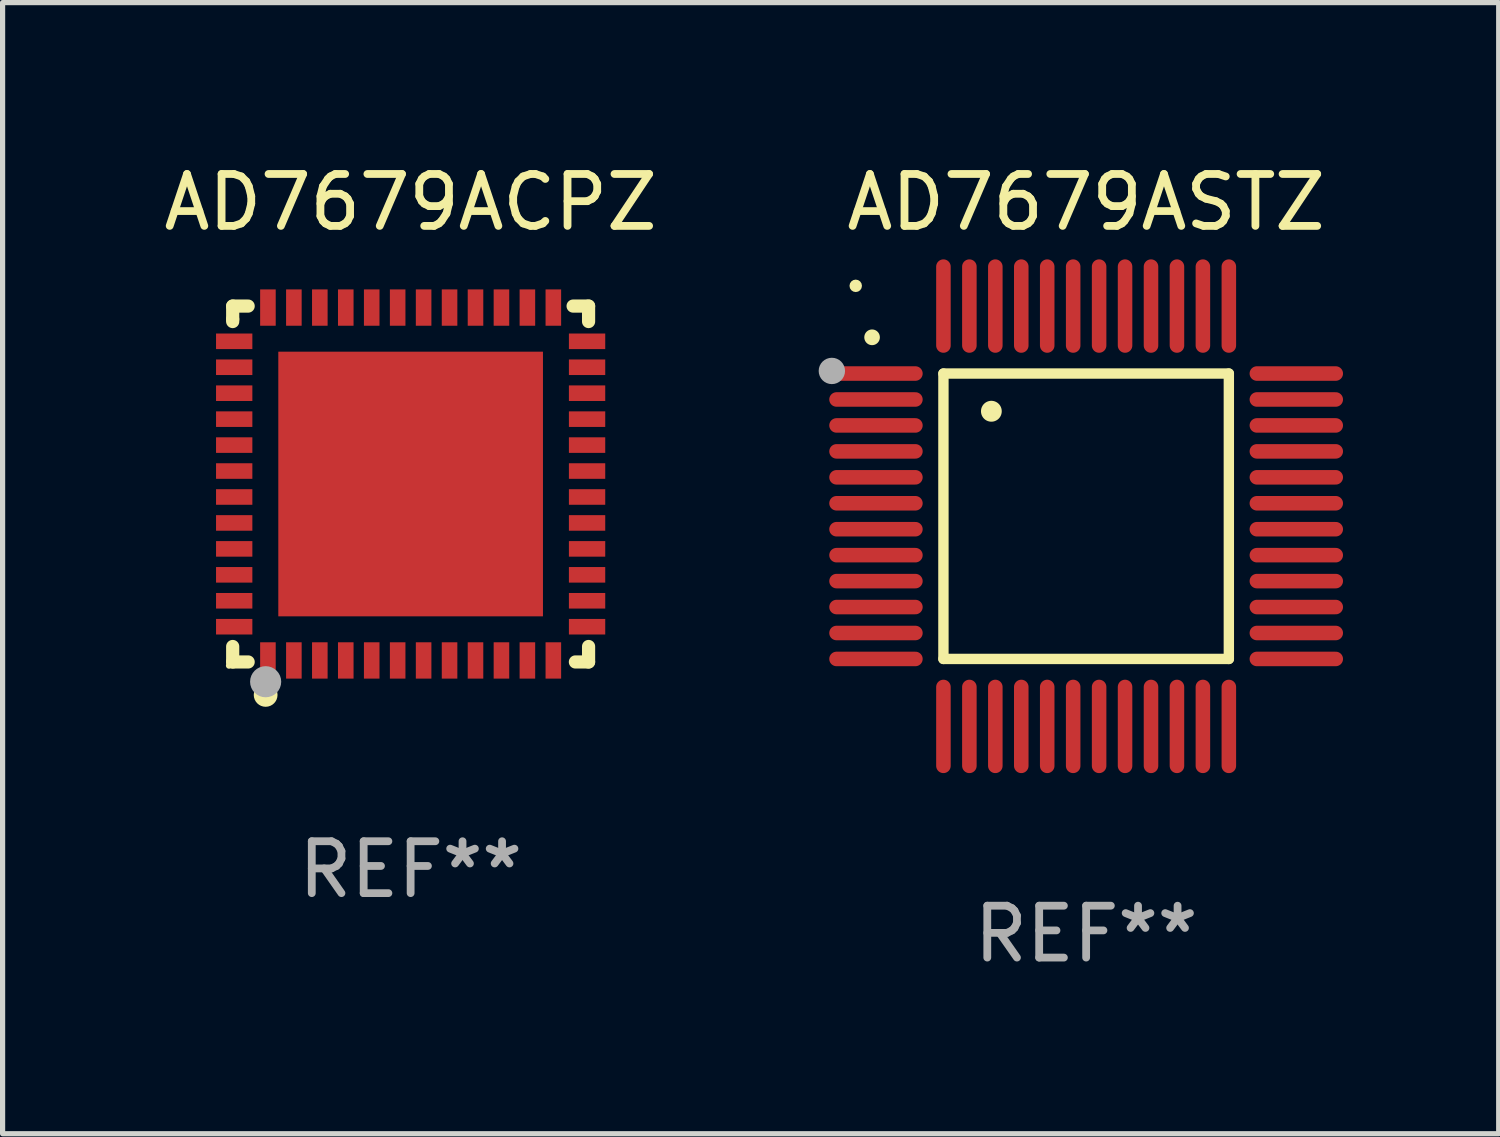
<source format=kicad_pcb>
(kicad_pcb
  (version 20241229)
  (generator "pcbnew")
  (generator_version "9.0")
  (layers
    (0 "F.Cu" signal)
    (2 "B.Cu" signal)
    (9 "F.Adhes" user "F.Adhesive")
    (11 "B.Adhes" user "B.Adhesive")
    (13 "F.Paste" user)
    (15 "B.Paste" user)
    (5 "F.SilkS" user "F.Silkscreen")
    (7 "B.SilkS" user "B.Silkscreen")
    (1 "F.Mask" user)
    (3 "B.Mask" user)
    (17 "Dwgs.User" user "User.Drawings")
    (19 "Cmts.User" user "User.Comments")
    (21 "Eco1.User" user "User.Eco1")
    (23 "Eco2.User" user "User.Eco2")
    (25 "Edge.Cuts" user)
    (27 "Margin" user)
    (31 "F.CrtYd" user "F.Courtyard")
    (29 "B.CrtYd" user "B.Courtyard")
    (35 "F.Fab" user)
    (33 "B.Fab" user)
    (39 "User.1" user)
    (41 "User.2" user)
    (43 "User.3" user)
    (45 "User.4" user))
  (footprint "AD7679ASTZ"
    (layer "F.Cu")
    (at 17.88 6.898)
    (property "Reference" "AD7679ASTZ" (at 0 -6.05 0) (layer "F.SilkS") (effects (font (size 1 1) (thickness 0.15))))
    (attr through_hole)
    (fp_line (start -2.75 -2.75) (end 2.75 -2.75) (stroke (width 0.2) (type solid)) (layer "F.SilkS"))
    (fp_line (start -2.75 2.75) (end -2.75 -2.75) (stroke (width 0.2) (type solid)) (layer "F.SilkS"))
    (fp_line (start 2.75 -2.75) (end 2.75 2.75) (stroke (width 0.2) (type solid)) (layer "F.SilkS"))
    (fp_line (start 2.75 2.75) (end -2.75 2.75) (stroke (width 0.2) (type solid)) (layer "F.SilkS"))
    (fp_arc (start -4.124968 -3.446787) (mid -4.124973 -3.448057) (end -4.124968 -3.449327) (stroke (width 0.3) (type solid)) (layer "F.SilkS"))
    (fp_arc (start -1.826264 -2.021844) (mid -1.826268 -2.023114) (end -1.826264 -2.024384) (stroke (width 0.4) (type solid)) (layer "F.SilkS"))
    (fp_circle (center -4.44 -4.44) (end -4.38 -4.44) (stroke (width 0.12) (type solid)) (fill no) (layer "F.SilkS"))
    (fp_circle (center -4.9 -2.8) (end -4.773 -2.8) (stroke (width 0.254) (type solid)) (fill no) (layer "F.Fab"))
    (fp_text user "REF**" (at 0 8.05 0) (layer "F.Fab") (effects (font (size 1 1) (thickness 0.15))))
    (pad "1" smd oval (at -4.05 -2.75 90) (size 0.28 1.8) (layers "F.Cu" "F.Mask" "F.Paste"))
    (pad "2" smd oval (at -4.05 -2.25 90) (size 0.28 1.8) (layers "F.Cu" "F.Mask" "F.Paste"))
    (pad "3" smd oval (at -4.05 -1.75 90) (size 0.28 1.8) (layers "F.Cu" "F.Mask" "F.Paste"))
    (pad "4" smd oval (at -4.05 -1.25 90) (size 0.28 1.8) (layers "F.Cu" "F.Mask" "F.Paste"))
    (pad "5" smd oval (at -4.05 -0.75 90) (size 0.28 1.8) (layers "F.Cu" "F.Mask" "F.Paste"))
    (pad "6" smd oval (at -4.05 -0.25 90) (size 0.28 1.8) (layers "F.Cu" "F.Mask" "F.Paste"))
    (pad "7" smd oval (at -4.05 0.25 90) (size 0.28 1.8) (layers "F.Cu" "F.Mask" "F.Paste"))
    (pad "8" smd oval (at -4.05 0.75 90) (size 0.28 1.8) (layers "F.Cu" "F.Mask" "F.Paste"))
    (pad "9" smd oval (at -4.05 1.25 90) (size 0.28 1.8) (layers "F.Cu" "F.Mask" "F.Paste"))
    (pad "10" smd oval (at -4.05 1.75 90) (size 0.28 1.8) (layers "F.Cu" "F.Mask" "F.Paste"))
    (pad "11" smd oval (at -4.05 2.25 90) (size 0.28 1.8) (layers "F.Cu" "F.Mask" "F.Paste"))
    (pad "12" smd oval (at -4.05 2.75 90) (size 0.28 1.8) (layers "F.Cu" "F.Mask" "F.Paste"))
    (pad "13" smd oval (at -2.75 4.05) (size 0.28 1.8) (layers "F.Cu" "F.Mask" "F.Paste"))
    (pad "14" smd oval (at -2.25 4.05) (size 0.28 1.8) (layers "F.Cu" "F.Mask" "F.Paste"))
    (pad "15" smd oval (at -1.75 4.05) (size 0.28 1.8) (layers "F.Cu" "F.Mask" "F.Paste"))
    (pad "16" smd oval (at -1.25 4.05) (size 0.28 1.8) (layers "F.Cu" "F.Mask" "F.Paste"))
    (pad "17" smd oval (at -0.75 4.05) (size 0.28 1.8) (layers "F.Cu" "F.Mask" "F.Paste"))
    (pad "18" smd oval (at -0.25 4.05) (size 0.28 1.8) (layers "F.Cu" "F.Mask" "F.Paste"))
    (pad "19" smd oval (at 0.25 4.05) (size 0.28 1.8) (layers "F.Cu" "F.Mask" "F.Paste"))
    (pad "20" smd oval (at 0.75 4.05) (size 0.28 1.8) (layers "F.Cu" "F.Mask" "F.Paste"))
    (pad "21" smd oval (at 1.25 4.05) (size 0.28 1.8) (layers "F.Cu" "F.Mask" "F.Paste"))
    (pad "22" smd oval (at 1.75 4.05) (size 0.28 1.8) (layers "F.Cu" "F.Mask" "F.Paste"))
    (pad "23" smd oval (at 2.25 4.05) (size 0.28 1.8) (layers "F.Cu" "F.Mask" "F.Paste"))
    (pad "24" smd oval (at 2.75 4.05) (size 0.28 1.8) (layers "F.Cu" "F.Mask" "F.Paste"))
    (pad "25" smd oval (at 4.05 2.75 90) (size 0.28 1.8) (layers "F.Cu" "F.Mask" "F.Paste"))
    (pad "26" smd oval (at 4.05 2.25 90) (size 0.28 1.8) (layers "F.Cu" "F.Mask" "F.Paste"))
    (pad "27" smd oval (at 4.05 1.75 90) (size 0.28 1.8) (layers "F.Cu" "F.Mask" "F.Paste"))
    (pad "28" smd oval (at 4.05 1.25 90) (size 0.28 1.8) (layers "F.Cu" "F.Mask" "F.Paste"))
    (pad "29" smd oval (at 4.05 0.75 90) (size 0.28 1.8) (layers "F.Cu" "F.Mask" "F.Paste"))
    (pad "30" smd oval (at 4.05 0.25 90) (size 0.28 1.8) (layers "F.Cu" "F.Mask" "F.Paste"))
    (pad "31" smd oval (at 4.05 -0.25 90) (size 0.28 1.8) (layers "F.Cu" "F.Mask" "F.Paste"))
    (pad "32" smd oval (at 4.05 -0.75 90) (size 0.28 1.8) (layers "F.Cu" "F.Mask" "F.Paste"))
    (pad "33" smd oval (at 4.05 -1.25 90) (size 0.28 1.8) (layers "F.Cu" "F.Mask" "F.Paste"))
    (pad "34" smd oval (at 4.05 -1.75 90) (size 0.28 1.8) (layers "F.Cu" "F.Mask" "F.Paste"))
    (pad "35" smd oval (at 4.05 -2.25 90) (size 0.28 1.8) (layers "F.Cu" "F.Mask" "F.Paste"))
    (pad "36" smd oval (at 4.05 -2.75 90) (size 0.28 1.8) (layers "F.Cu" "F.Mask" "F.Paste"))
    (pad "37" smd oval (at 2.75 -4.05) (size 0.28 1.8) (layers "F.Cu" "F.Mask" "F.Paste"))
    (pad "38" smd oval (at 2.25 -4.05) (size 0.28 1.8) (layers "F.Cu" "F.Mask" "F.Paste"))
    (pad "39" smd oval (at 1.75 -4.05) (size 0.28 1.8) (layers "F.Cu" "F.Mask" "F.Paste"))
    (pad "40" smd oval (at 1.25 -4.05) (size 0.28 1.8) (layers "F.Cu" "F.Mask" "F.Paste"))
    (pad "41" smd oval (at 0.75 -4.05) (size 0.28 1.8) (layers "F.Cu" "F.Mask" "F.Paste"))
    (pad "42" smd oval (at 0.25 -4.05) (size 0.28 1.8) (layers "F.Cu" "F.Mask" "F.Paste"))
    (pad "43" smd oval (at -0.25 -4.05) (size 0.28 1.8) (layers "F.Cu" "F.Mask" "F.Paste"))
    (pad "44" smd oval (at -0.75 -4.05) (size 0.28 1.8) (layers "F.Cu" "F.Mask" "F.Paste"))
    (pad "45" smd oval (at -1.25 -4.05) (size 0.28 1.8) (layers "F.Cu" "F.Mask" "F.Paste"))
    (pad "46" smd oval (at -1.75 -4.05) (size 0.28 1.8) (layers "F.Cu" "F.Mask" "F.Paste"))
    (pad "47" smd oval (at -2.25 -4.05) (size 0.28 1.8) (layers "F.Cu" "F.Mask" "F.Paste"))
    (pad "48" smd oval (at -2.75 -4.05) (size 0.28 1.8) (layers "F.Cu" "F.Mask" "F.Paste")))
  (footprint "AD7679ACPZ"
    (layer "F.Cu")
    (at 4.863 6.277)
    (property "Reference" "AD7679ACPZ" (at 0 -5.429 0) (layer "F.SilkS") (effects (font (size 1 1) (thickness 0.15))))
    (attr through_hole)
    (fp_line (start -3.429 -3.429) (end -3.429 -3.175) (stroke (width 0.254) (type solid)) (layer "F.SilkS"))
    (fp_line (start -3.429 -3.175) (end -3.429 -3.131) (stroke (width 0.254) (type solid)) (layer "F.SilkS"))
    (fp_line (start -3.429 3.131) (end -3.429 3.429) (stroke (width 0.254) (type solid)) (layer "F.SilkS"))
    (fp_line (start -3.429 3.429) (end -3.131 3.429) (stroke (width 0.254) (type solid)) (layer "F.SilkS"))
    (fp_line (start -3.131 -3.429) (end -3.429 -3.429) (stroke (width 0.254) (type solid)) (layer "F.SilkS"))
    (fp_line (start 3.131 -3.429) (end 3.429 -3.429) (stroke (width 0.254) (type solid)) (layer "F.SilkS"))
    (fp_line (start 3.429 -3.429) (end 3.429 -3.131) (stroke (width 0.254) (type solid)) (layer "F.SilkS"))
    (fp_line (start 3.429 3.131) (end 3.429 3.429) (stroke (width 0.254) (type solid)) (layer "F.SilkS"))
    (fp_line (start 3.429 3.429) (end 3.175 3.429) (stroke (width 0.254) (type solid)) (layer "F.SilkS"))
    (fp_circle (center -3.5 3.5) (end -3.47 3.5) (stroke (width 0.06) (type solid)) (fill no) (layer "F.SilkS"))
    (fp_circle (center -2.794 4.064) (end -2.667 4.064) (stroke (width 0.204) (type solid)) (fill no) (layer "F.SilkS"))
    (fp_circle (center -2.794 3.81) (end -2.644 3.81) (stroke (width 0.3) (type solid)) (fill no) (layer "F.Fab"))
    (fp_text user "REF**" (at 0 7.429 0) (layer "F.Fab") (effects (font (size 1 1) (thickness 0.15))))
    (pad "1" smd rect (at -2.75 3.4) (size 0.3 0.7) (layers "F.Cu" "F.Mask" "F.Paste"))
    (pad "2" smd rect (at -2.25 3.4) (size 0.3 0.7) (layers "F.Cu" "F.Mask" "F.Paste"))
    (pad "3" smd rect (at -1.75 3.4) (size 0.3 0.7) (layers "F.Cu" "F.Mask" "F.Paste"))
    (pad "4" smd rect (at -1.25 3.4) (size 0.3 0.7) (layers "F.Cu" "F.Mask" "F.Paste"))
    (pad "5" smd rect (at -0.75 3.4) (size 0.3 0.7) (layers "F.Cu" "F.Mask" "F.Paste"))
    (pad "6" smd rect (at -0.25 3.4) (size 0.3 0.7) (layers "F.Cu" "F.Mask" "F.Paste"))
    (pad "7" smd rect (at 0.25 3.4) (size 0.3 0.7) (layers "F.Cu" "F.Mask" "F.Paste"))
    (pad "8" smd rect (at 0.75 3.4) (size 0.3 0.7) (layers "F.Cu" "F.Mask" "F.Paste"))
    (pad "9" smd rect (at 1.25 3.4) (size 0.3 0.7) (layers "F.Cu" "F.Mask" "F.Paste"))
    (pad "10" smd rect (at 1.75 3.4) (size 0.3 0.7) (layers "F.Cu" "F.Mask" "F.Paste"))
    (pad "11" smd rect (at 2.25 3.4) (size 0.3 0.7) (layers "F.Cu" "F.Mask" "F.Paste"))
    (pad "12" smd rect (at 2.75 3.4) (size 0.3 0.7) (layers "F.Cu" "F.Mask" "F.Paste"))
    (pad "13" smd rect (at 3.4 2.75) (size 0.7 0.3) (layers "F.Cu" "F.Mask" "F.Paste"))
    (pad "14" smd rect (at 3.4 2.25) (size 0.7 0.3) (layers "F.Cu" "F.Mask" "F.Paste"))
    (pad "15" smd rect (at 3.4 1.75) (size 0.7 0.3) (layers "F.Cu" "F.Mask" "F.Paste"))
    (pad "16" smd rect (at 3.4 1.25) (size 0.7 0.3) (layers "F.Cu" "F.Mask" "F.Paste"))
    (pad "17" smd rect (at 3.4 0.75) (size 0.7 0.3) (layers "F.Cu" "F.Mask" "F.Paste"))
    (pad "18" smd rect (at 3.4 0.25) (size 0.7 0.3) (layers "F.Cu" "F.Mask" "F.Paste"))
    (pad "19" smd rect (at 3.4 -0.25) (size 0.7 0.3) (layers "F.Cu" "F.Mask" "F.Paste"))
    (pad "20" smd rect (at 3.4 -0.75) (size 0.7 0.3) (layers "F.Cu" "F.Mask" "F.Paste"))
    (pad "21" smd rect (at 3.4 -1.25) (size 0.7 0.3) (layers "F.Cu" "F.Mask" "F.Paste"))
    (pad "22" smd rect (at 3.4 -1.75) (size 0.7 0.3) (layers "F.Cu" "F.Mask" "F.Paste"))
    (pad "23" smd rect (at 3.4 -2.25) (size 0.7 0.3) (layers "F.Cu" "F.Mask" "F.Paste"))
    (pad "24" smd rect (at 3.4 -2.75) (size 0.7 0.3) (layers "F.Cu" "F.Mask" "F.Paste"))
    (pad "25" smd rect (at 2.75 -3.4) (size 0.3 0.7) (layers "F.Cu" "F.Mask" "F.Paste"))
    (pad "26" smd rect (at 2.25 -3.4) (size 0.3 0.7) (layers "F.Cu" "F.Mask" "F.Paste"))
    (pad "27" smd rect (at 1.75 -3.4) (size 0.3 0.7) (layers "F.Cu" "F.Mask" "F.Paste"))
    (pad "28" smd rect (at 1.25 -3.4) (size 0.3 0.7) (layers "F.Cu" "F.Mask" "F.Paste"))
    (pad "29" smd rect (at 0.75 -3.4) (size 0.3 0.7) (layers "F.Cu" "F.Mask" "F.Paste"))
    (pad "30" smd rect (at 0.25 -3.4) (size 0.3 0.7) (layers "F.Cu" "F.Mask" "F.Paste"))
    (pad "31" smd rect (at -0.25 -3.4) (size 0.3 0.7) (layers "F.Cu" "F.Mask" "F.Paste"))
    (pad "32" smd rect (at -0.75 -3.4) (size 0.3 0.7) (layers "F.Cu" "F.Mask" "F.Paste"))
    (pad "33" smd rect (at -1.25 -3.4) (size 0.3 0.7) (layers "F.Cu" "F.Mask" "F.Paste"))
    (pad "34" smd rect (at -1.75 -3.4) (size 0.3 0.7) (layers "F.Cu" "F.Mask" "F.Paste"))
    (pad "35" smd rect (at -2.25 -3.4) (size 0.3 0.7) (layers "F.Cu" "F.Mask" "F.Paste"))
    (pad "36" smd rect (at -2.75 -3.4) (size 0.3 0.7) (layers "F.Cu" "F.Mask" "F.Paste"))
    (pad "37" smd rect (at -3.4 -2.75) (size 0.7 0.3) (layers "F.Cu" "F.Mask" "F.Paste"))
    (pad "38" smd rect (at -3.4 -2.25) (size 0.7 0.3) (layers "F.Cu" "F.Mask" "F.Paste"))
    (pad "39" smd rect (at -3.4 -1.75) (size 0.7 0.3) (layers "F.Cu" "F.Mask" "F.Paste"))
    (pad "40" smd rect (at -3.4 -1.25) (size 0.7 0.3) (layers "F.Cu" "F.Mask" "F.Paste"))
    (pad "41" smd rect (at -3.4 -0.75) (size 0.7 0.3) (layers "F.Cu" "F.Mask" "F.Paste"))
    (pad "42" smd rect (at -3.4 -0.25) (size 0.7 0.3) (layers "F.Cu" "F.Mask" "F.Paste"))
    (pad "43" smd rect (at -3.4 0.25) (size 0.7 0.3) (layers "F.Cu" "F.Mask" "F.Paste"))
    (pad "44" smd rect (at -3.4 0.75) (size 0.7 0.3) (layers "F.Cu" "F.Mask" "F.Paste"))
    (pad "45" smd rect (at -3.4 1.25) (size 0.7 0.3) (layers "F.Cu" "F.Mask" "F.Paste"))
    (pad "46" smd rect (at -3.4 1.75) (size 0.7 0.3) (layers "F.Cu" "F.Mask" "F.Paste"))
    (pad "47" smd rect (at -3.4 2.25) (size 0.7 0.3) (layers "F.Cu" "F.Mask" "F.Paste"))
    (pad "48" smd rect (at -3.4 2.75) (size 0.7 0.3) (layers "F.Cu" "F.Mask" "F.Paste"))
    (pad "49" smd rect (at 0 0) (size 5.1 5.1) (layers "F.Cu" "F.Mask" "F.Paste")))
  (gr_rect
    (start -3 -3)
    (end 25.83 18.797)
    (stroke (width 0.1) (type default))
    (fill no)
    (layer "Edge.Cuts")))
</source>
